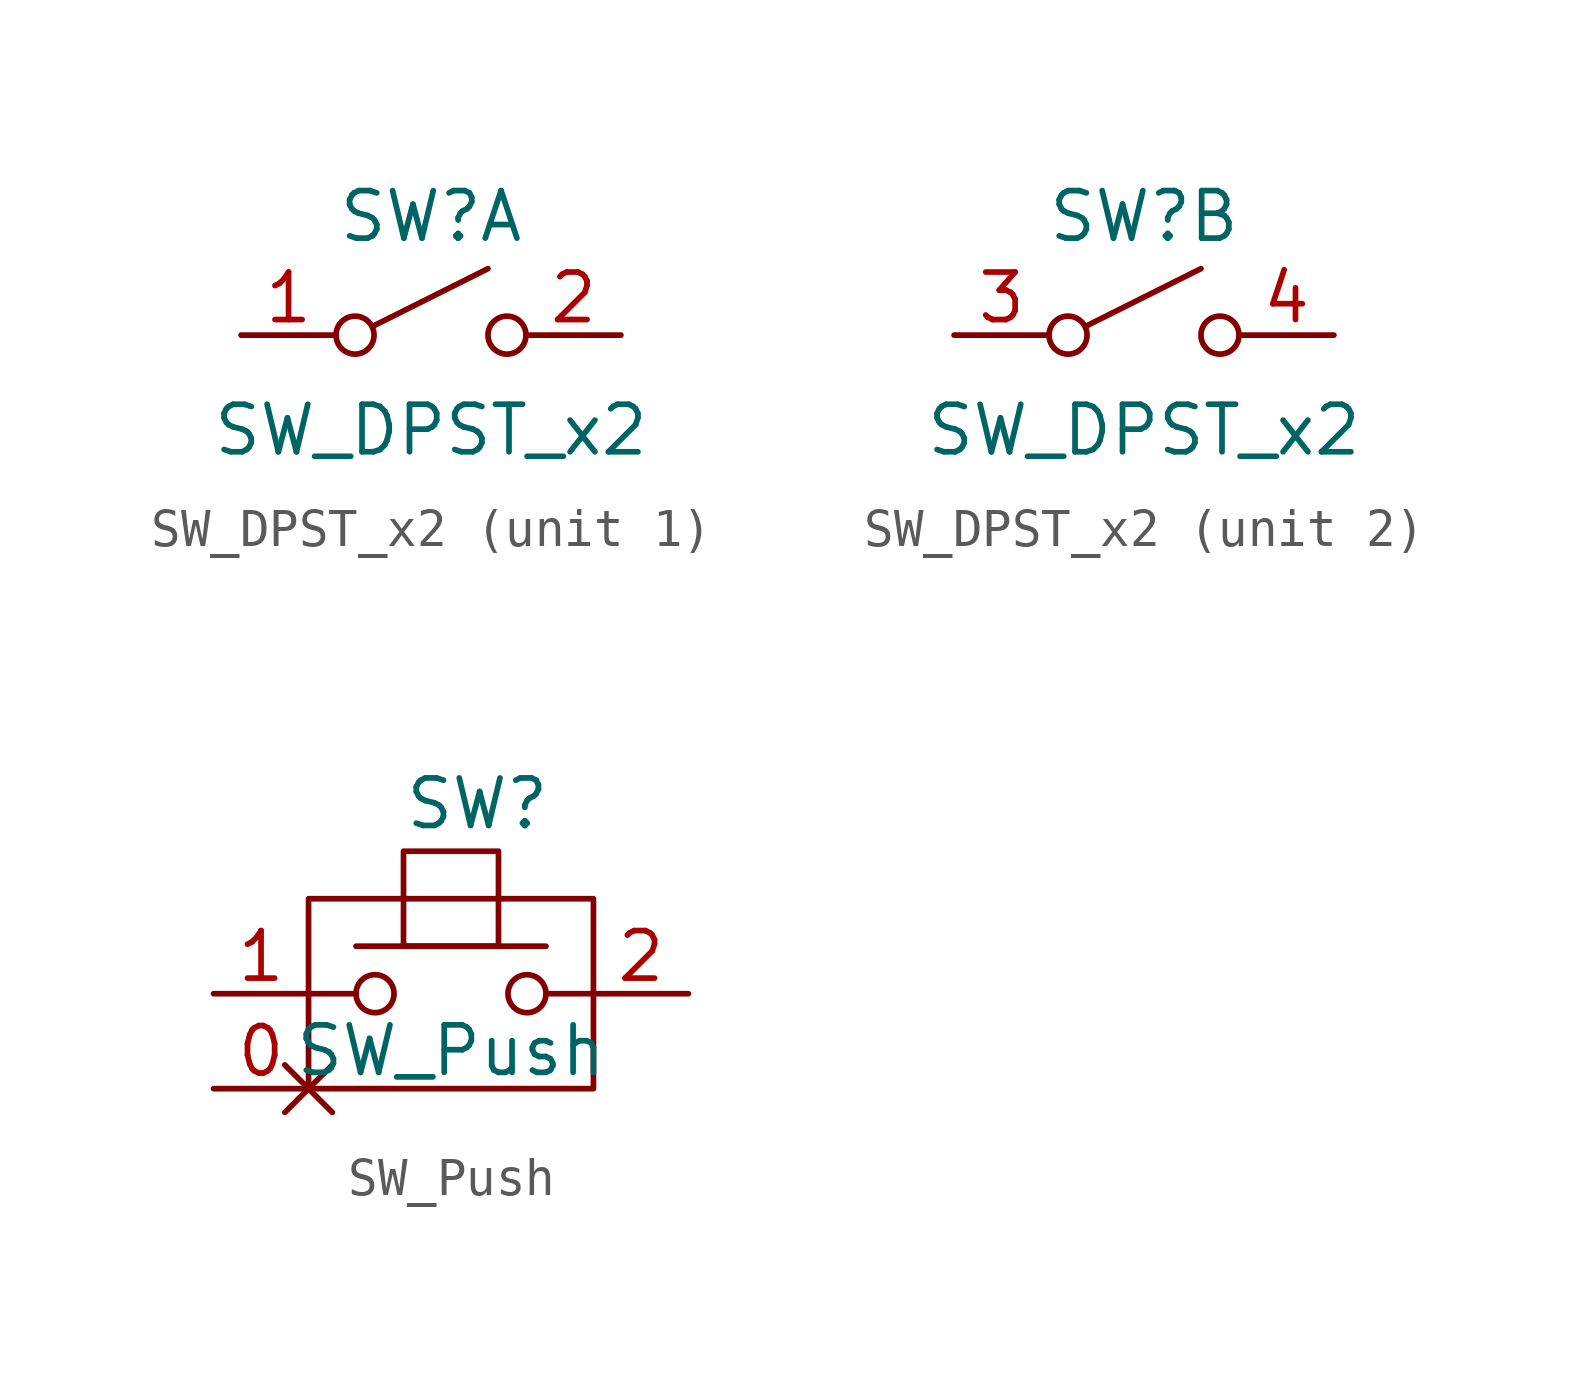
<source format=kicad_sym>
(kicad_symbol_lib
  (version 20211014)
  (generator kicad_symbol_editor)
  (symbol "SW_DPST_x2"
    (pin_names
      (offset 0) hide)
    (property "Reference" "SW"
      (at 0 3.175 0)
      (effects (font (size 1.27 1.27))))
    (property "Value" "SW_DPST_x2"
      (at 0 -2.54 0)
      (effects (font (size 1.27 1.27))))
    (symbol "SW_DPST_x2_0_0"
      (circle (center -2.032 0) (radius 0.508) (stroke (width 0) (type default) (color 0 0 0 0)) (fill (type none)))
      (polyline (pts (xy -1.524 0.254) (xy 1.524 1.778)) (stroke (width 0) (type default) (color 0 0 0 0)) (fill (type none)))
      (circle (center 2.032 0) (radius 0.508) (stroke (width 0) (type default) (color 0 0 0 0)) (fill (type none))))
    (symbol "SW_DPST_x2_1_1"
      (pin passive line (at -5.08 0 0) (length 2.54) (name "A" (effects (font (size 1.27 1.27)))) (number "1" (effects (font (size 1.27 1.27)))))
      (pin passive line (at 5.08 0 180) (length 2.54) (name "B" (effects (font (size 1.27 1.27)))) (number "2" (effects (font (size 1.27 1.27))))))
    (symbol "SW_DPST_x2_2_1"
      (pin input line (at -5.08 0 0) (length 2.54) (name "A" (effects (font (size 1.27 1.27)))) (number "3" (effects (font (size 1.27 1.27)))))
      (pin input line (at 5.08 0 180) (length 2.54) (name "B" (effects (font (size 1.27 1.27)))) (number "4" (effects (font (size 1.27 1.27)))))))
  (symbol "SW_Push"
    (pin_names
      (offset 1.016) hide)
    (property "Reference" "SW"
      (at -1.27 5.08 0)
      (effects (font (size 1.27 1.27)) (justify left)))
    (property "Value" "SW_Push"
      (at 0 -1.524 0)
      (effects (font (size 1.27 1.27))))
    (symbol "SW_Push_0_0"
      (polyline (pts (xy -3.81 0) (xy -2.54 0)) (stroke (width 0) (type default) (color 0 0 0 0)) (fill (type none)))
      (polyline (pts (xy 2.54 0) (xy 3.81 0)) (stroke (width 0) (type default) (color 0 0 0 0)) (fill (type none))))
    (symbol "SW_Push_0_1"
      (rectangle (start -3.81 2.54) (end 3.81 -2.54) (stroke (width 0) (type default) (color 0 0 0 0)) (fill (type none)))
      (circle (center -2.032 0) (radius 0.508) (stroke (width 0) (type default) (color 0 0 0 0)) (fill (type none)))
      (rectangle (start -1.27 1.27) (end 1.27 3.81) (stroke (width 0) (type default) (color 0 0 0 0)) (fill (type none)))
      (polyline (pts (xy 2.54 1.27) (xy -2.54 1.27)) (stroke (width 0) (type default) (color 0 0 0 0)) (fill (type none)))
      (circle (center 2.032 0) (radius 0.508) (stroke (width 0) (type default) (color 0 0 0 0)) (fill (type none)))
      (pin passive line (at -6.35 0 0) (length 2.54) (name "1" (effects (font (size 1.27 1.27)))) (number "1" (effects (font (size 1.27 1.27)))))
      (pin passive line (at 6.35 0 180) (length 2.54) (name "2" (effects (font (size 1.27 1.27)))) (number "2" (effects (font (size 1.27 1.27))))))
    (symbol "SW_Push_1_1"
      (pin unspecified non_logic (at -6.35 -2.54 0) (length 2.54) (name "Mechanical" (effects (font (size 1.27 1.27)))) (number "0" (effects (font (size 1.27 1.27))))))))
</source>
